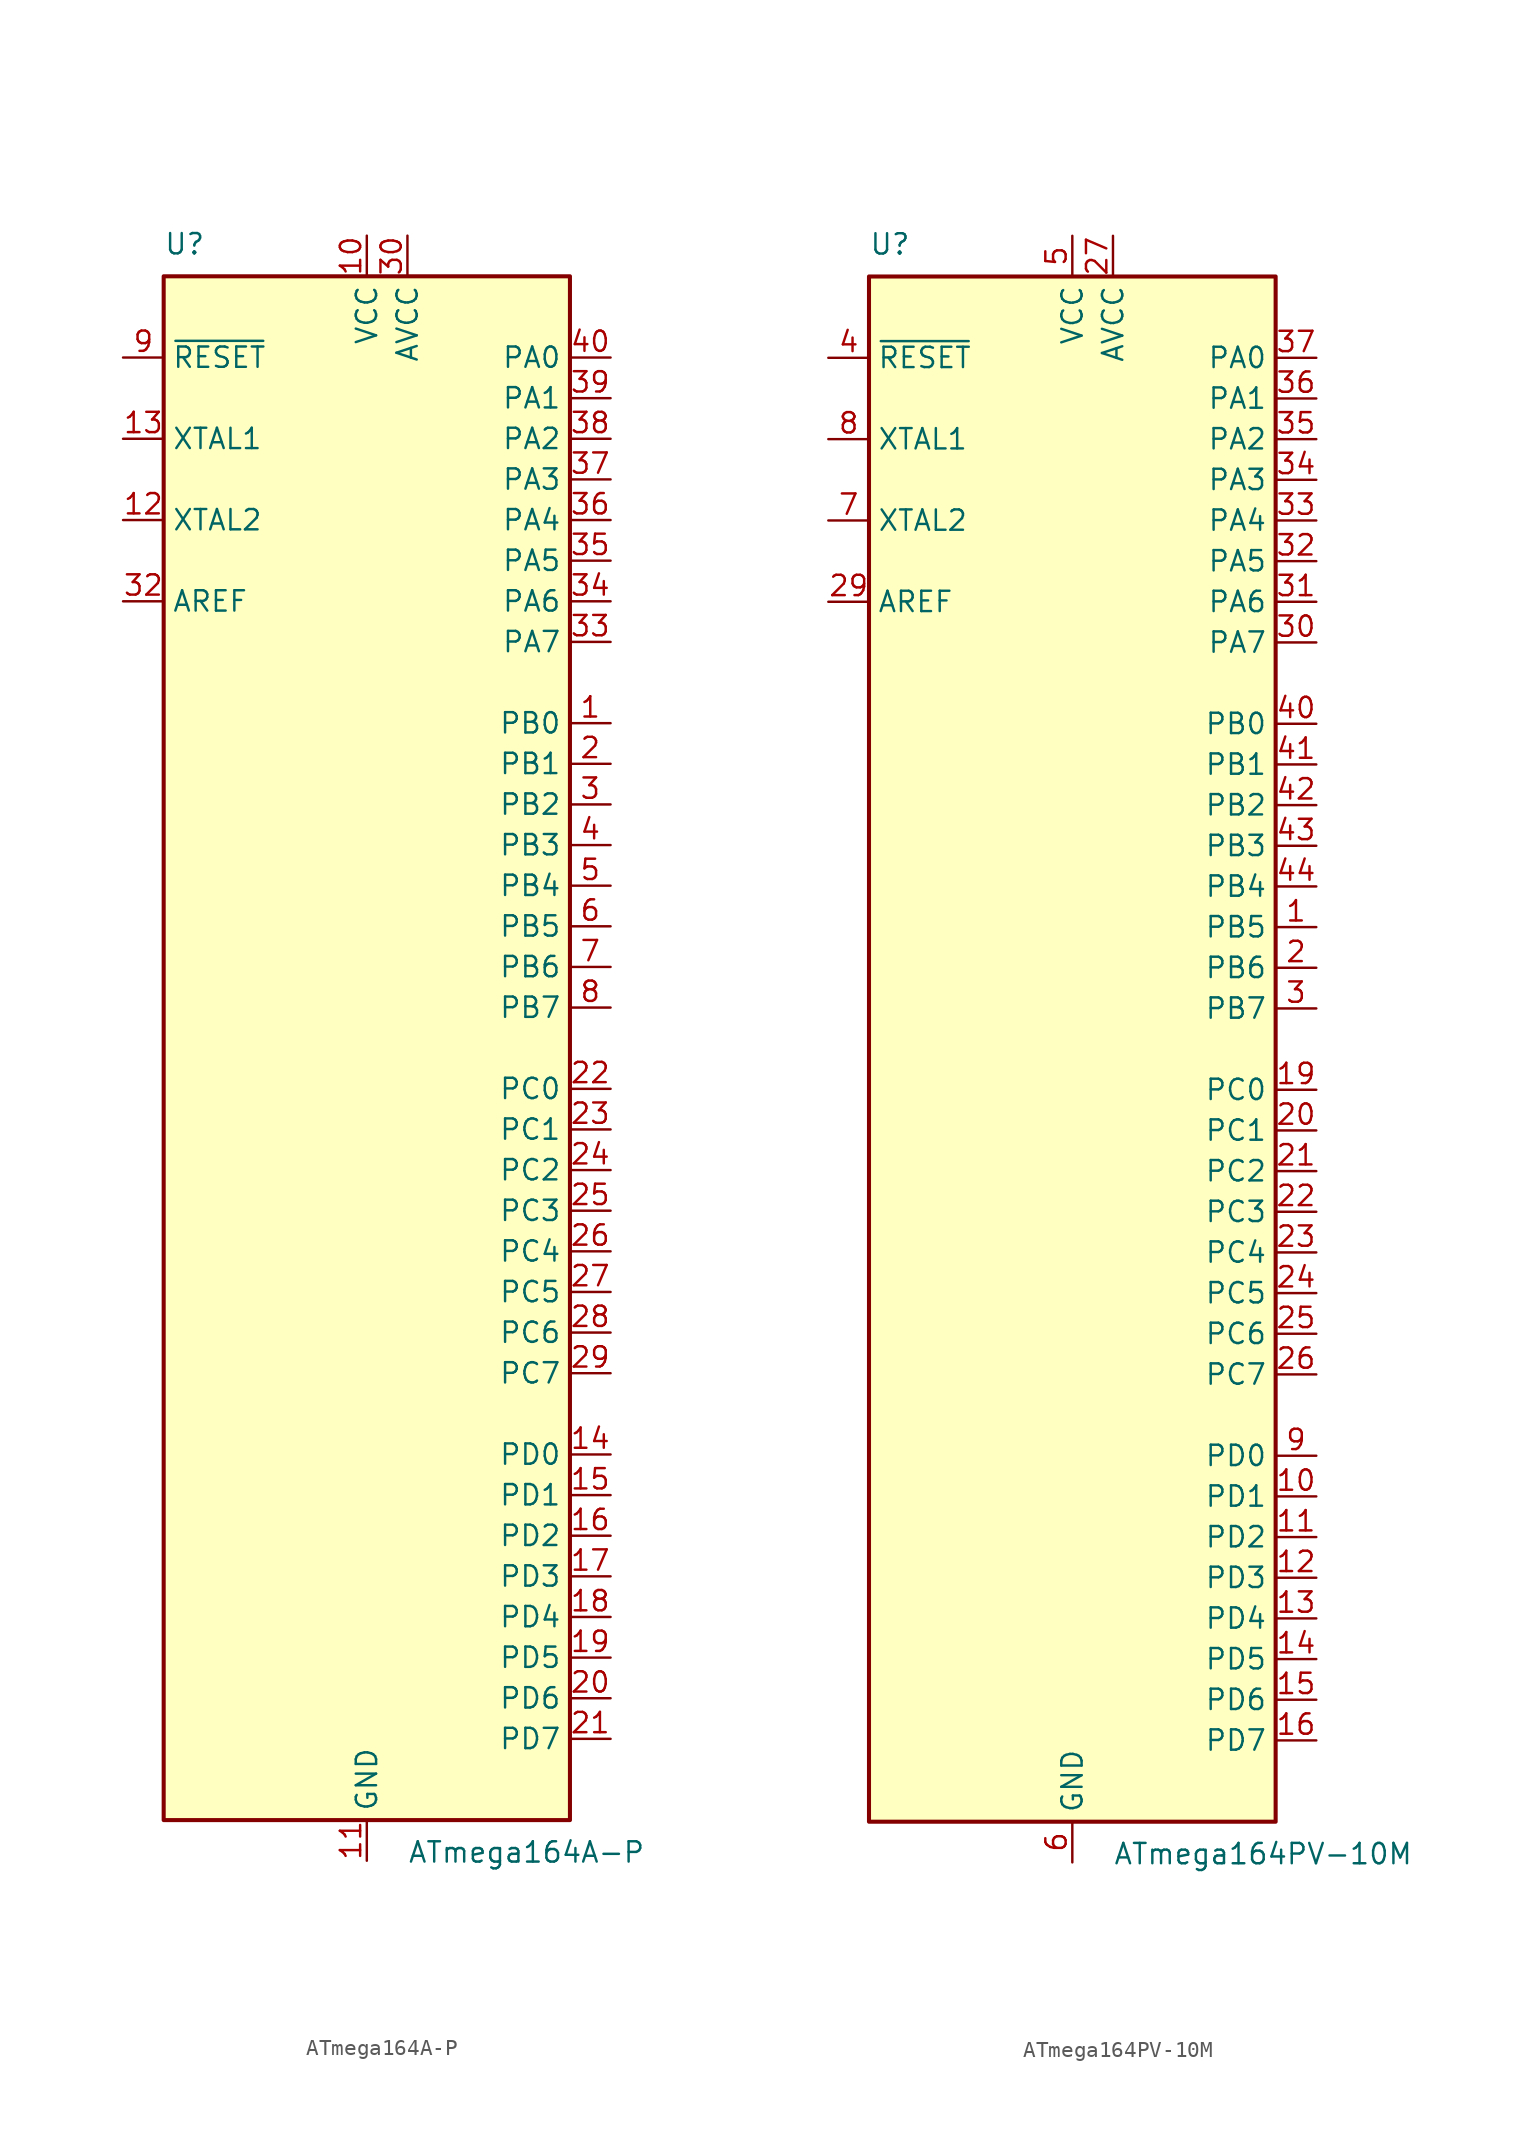
<source format=kicad_sym>
(kicad_symbol_lib
  (version 20201005)
  (generator kicad_symbol_editor)
  (symbol "ATmega164A-P"
    (property "Reference" "U"
      (at -12.7 49.53 0)
      (effects (font (size 1.27 1.27)) (justify left bottom)))
    (property "Value" "ATmega164A-P"
      (at 2.54 -49.53 0)
      (effects (font (size 1.27 1.27)) (justify left top)))
    (symbol "ATmega164A-P_0_1"
      (rectangle (start -12.7 -48.26) (end 12.7 48.26) (stroke (width 0.254)) (fill (type background))))
    (symbol "ATmega164A-P_1_1"
      (pin bidirectional line (at 15.24 20.32 180) (length 2.54) (name "PB0" (effects (font (size 1.27 1.27)))) (number "1" (effects (font (size 1.27 1.27)))))
      (pin power_in line (at 0 50.8 270) (length 2.54) (name "VCC" (effects (font (size 1.27 1.27)))) (number "10" (effects (font (size 1.27 1.27)))))
      (pin power_in line (at 0 -50.8 90) (length 2.54) (name "GND" (effects (font (size 1.27 1.27)))) (number "11" (effects (font (size 1.27 1.27)))))
      (pin output line (at -15.24 33.02 0) (length 2.54) (name "XTAL2" (effects (font (size 1.27 1.27)))) (number "12" (effects (font (size 1.27 1.27)))))
      (pin input line (at -15.24 38.1 0) (length 2.54) (name "XTAL1" (effects (font (size 1.27 1.27)))) (number "13" (effects (font (size 1.27 1.27)))))
      (pin bidirectional line (at 15.24 -25.4 180) (length 2.54) (name "PD0" (effects (font (size 1.27 1.27)))) (number "14" (effects (font (size 1.27 1.27)))))
      (pin bidirectional line (at 15.24 -27.94 180) (length 2.54) (name "PD1" (effects (font (size 1.27 1.27)))) (number "15" (effects (font (size 1.27 1.27)))))
      (pin bidirectional line (at 15.24 -30.48 180) (length 2.54) (name "PD2" (effects (font (size 1.27 1.27)))) (number "16" (effects (font (size 1.27 1.27)))))
      (pin bidirectional line (at 15.24 -33.02 180) (length 2.54) (name "PD3" (effects (font (size 1.27 1.27)))) (number "17" (effects (font (size 1.27 1.27)))))
      (pin bidirectional line (at 15.24 -35.56 180) (length 2.54) (name "PD4" (effects (font (size 1.27 1.27)))) (number "18" (effects (font (size 1.27 1.27)))))
      (pin bidirectional line (at 15.24 -38.1 180) (length 2.54) (name "PD5" (effects (font (size 1.27 1.27)))) (number "19" (effects (font (size 1.27 1.27)))))
      (pin bidirectional line (at 15.24 17.78 180) (length 2.54) (name "PB1" (effects (font (size 1.27 1.27)))) (number "2" (effects (font (size 1.27 1.27)))))
      (pin bidirectional line (at 15.24 -40.64 180) (length 2.54) (name "PD6" (effects (font (size 1.27 1.27)))) (number "20" (effects (font (size 1.27 1.27)))))
      (pin bidirectional line (at 15.24 -43.18 180) (length 2.54) (name "PD7" (effects (font (size 1.27 1.27)))) (number "21" (effects (font (size 1.27 1.27)))))
      (pin bidirectional line (at 15.24 -2.54 180) (length 2.54) (name "PC0" (effects (font (size 1.27 1.27)))) (number "22" (effects (font (size 1.27 1.27)))))
      (pin bidirectional line (at 15.24 -5.08 180) (length 2.54) (name "PC1" (effects (font (size 1.27 1.27)))) (number "23" (effects (font (size 1.27 1.27)))))
      (pin bidirectional line (at 15.24 -7.62 180) (length 2.54) (name "PC2" (effects (font (size 1.27 1.27)))) (number "24" (effects (font (size 1.27 1.27)))))
      (pin bidirectional line (at 15.24 -10.16 180) (length 2.54) (name "PC3" (effects (font (size 1.27 1.27)))) (number "25" (effects (font (size 1.27 1.27)))))
      (pin bidirectional line (at 15.24 -12.7 180) (length 2.54) (name "PC4" (effects (font (size 1.27 1.27)))) (number "26" (effects (font (size 1.27 1.27)))))
      (pin bidirectional line (at 15.24 -15.24 180) (length 2.54) (name "PC5" (effects (font (size 1.27 1.27)))) (number "27" (effects (font (size 1.27 1.27)))))
      (pin bidirectional line (at 15.24 -17.78 180) (length 2.54) (name "PC6" (effects (font (size 1.27 1.27)))) (number "28" (effects (font (size 1.27 1.27)))))
      (pin bidirectional line (at 15.24 -20.32 180) (length 2.54) (name "PC7" (effects (font (size 1.27 1.27)))) (number "29" (effects (font (size 1.27 1.27)))))
      (pin bidirectional line (at 15.24 15.24 180) (length 2.54) (name "PB2" (effects (font (size 1.27 1.27)))) (number "3" (effects (font (size 1.27 1.27)))))
      (pin power_in line (at 2.54 50.8 270) (length 2.54) (name "AVCC" (effects (font (size 1.27 1.27)))) (number "30" (effects (font (size 1.27 1.27)))))
      (pin passive line (at 0 -50.8 90) (length 2.54) hide (name "GND" (effects (font (size 1.27 1.27)))) (number "31" (effects (font (size 1.27 1.27)))))
      (pin passive line (at -15.24 27.94 0) (length 2.54) (name "AREF" (effects (font (size 1.27 1.27)))) (number "32" (effects (font (size 1.27 1.27)))))
      (pin bidirectional line (at 15.24 25.4 180) (length 2.54) (name "PA7" (effects (font (size 1.27 1.27)))) (number "33" (effects (font (size 1.27 1.27)))))
      (pin bidirectional line (at 15.24 27.94 180) (length 2.54) (name "PA6" (effects (font (size 1.27 1.27)))) (number "34" (effects (font (size 1.27 1.27)))))
      (pin bidirectional line (at 15.24 30.48 180) (length 2.54) (name "PA5" (effects (font (size 1.27 1.27)))) (number "35" (effects (font (size 1.27 1.27)))))
      (pin bidirectional line (at 15.24 33.02 180) (length 2.54) (name "PA4" (effects (font (size 1.27 1.27)))) (number "36" (effects (font (size 1.27 1.27)))))
      (pin bidirectional line (at 15.24 35.56 180) (length 2.54) (name "PA3" (effects (font (size 1.27 1.27)))) (number "37" (effects (font (size 1.27 1.27)))))
      (pin bidirectional line (at 15.24 38.1 180) (length 2.54) (name "PA2" (effects (font (size 1.27 1.27)))) (number "38" (effects (font (size 1.27 1.27)))))
      (pin bidirectional line (at 15.24 40.64 180) (length 2.54) (name "PA1" (effects (font (size 1.27 1.27)))) (number "39" (effects (font (size 1.27 1.27)))))
      (pin bidirectional line (at 15.24 12.7 180) (length 2.54) (name "PB3" (effects (font (size 1.27 1.27)))) (number "4" (effects (font (size 1.27 1.27)))))
      (pin bidirectional line (at 15.24 43.18 180) (length 2.54) (name "PA0" (effects (font (size 1.27 1.27)))) (number "40" (effects (font (size 1.27 1.27)))))
      (pin bidirectional line (at 15.24 10.16 180) (length 2.54) (name "PB4" (effects (font (size 1.27 1.27)))) (number "5" (effects (font (size 1.27 1.27)))))
      (pin bidirectional line (at 15.24 7.62 180) (length 2.54) (name "PB5" (effects (font (size 1.27 1.27)))) (number "6" (effects (font (size 1.27 1.27)))))
      (pin bidirectional line (at 15.24 5.08 180) (length 2.54) (name "PB6" (effects (font (size 1.27 1.27)))) (number "7" (effects (font (size 1.27 1.27)))))
      (pin bidirectional line (at 15.24 2.54 180) (length 2.54) (name "PB7" (effects (font (size 1.27 1.27)))) (number "8" (effects (font (size 1.27 1.27)))))
      (pin input line (at -15.24 43.18 0) (length 2.54) (name "~RESET" (effects (font (size 1.27 1.27)))) (number "9" (effects (font (size 1.27 1.27)))))))
  (symbol "ATmega164PV-10M"
    (property "Reference" "U"
      (at -12.7 49.53 0)
      (effects (font (size 1.27 1.27)) (justify left bottom)))
    (property "Value" "ATmega164PV-10M"
      (at 2.54 -49.53 0)
      (effects (font (size 1.27 1.27)) (justify left top)))
    (symbol "ATmega164PV-10M_0_1"
      (rectangle (start -12.7 -48.26) (end 12.7 48.26) (stroke (width 0.254)) (fill (type background))))
    (symbol "ATmega164PV-10M_1_1"
      (pin bidirectional line (at 15.24 7.62 180) (length 2.54) (name "PB5" (effects (font (size 1.27 1.27)))) (number "1" (effects (font (size 1.27 1.27)))))
      (pin bidirectional line (at 15.24 -27.94 180) (length 2.54) (name "PD1" (effects (font (size 1.27 1.27)))) (number "10" (effects (font (size 1.27 1.27)))))
      (pin bidirectional line (at 15.24 -30.48 180) (length 2.54) (name "PD2" (effects (font (size 1.27 1.27)))) (number "11" (effects (font (size 1.27 1.27)))))
      (pin bidirectional line (at 15.24 -33.02 180) (length 2.54) (name "PD3" (effects (font (size 1.27 1.27)))) (number "12" (effects (font (size 1.27 1.27)))))
      (pin bidirectional line (at 15.24 -35.56 180) (length 2.54) (name "PD4" (effects (font (size 1.27 1.27)))) (number "13" (effects (font (size 1.27 1.27)))))
      (pin bidirectional line (at 15.24 -38.1 180) (length 2.54) (name "PD5" (effects (font (size 1.27 1.27)))) (number "14" (effects (font (size 1.27 1.27)))))
      (pin bidirectional line (at 15.24 -40.64 180) (length 2.54) (name "PD6" (effects (font (size 1.27 1.27)))) (number "15" (effects (font (size 1.27 1.27)))))
      (pin bidirectional line (at 15.24 -43.18 180) (length 2.54) (name "PD7" (effects (font (size 1.27 1.27)))) (number "16" (effects (font (size 1.27 1.27)))))
      (pin passive line (at 0 50.8 270) (length 2.54) hide (name "VCC" (effects (font (size 1.27 1.27)))) (number "17" (effects (font (size 1.27 1.27)))))
      (pin passive line (at 0 -50.8 90) (length 2.54) hide (name "GND" (effects (font (size 1.27 1.27)))) (number "18" (effects (font (size 1.27 1.27)))))
      (pin bidirectional line (at 15.24 -2.54 180) (length 2.54) (name "PC0" (effects (font (size 1.27 1.27)))) (number "19" (effects (font (size 1.27 1.27)))))
      (pin bidirectional line (at 15.24 5.08 180) (length 2.54) (name "PB6" (effects (font (size 1.27 1.27)))) (number "2" (effects (font (size 1.27 1.27)))))
      (pin bidirectional line (at 15.24 -5.08 180) (length 2.54) (name "PC1" (effects (font (size 1.27 1.27)))) (number "20" (effects (font (size 1.27 1.27)))))
      (pin bidirectional line (at 15.24 -7.62 180) (length 2.54) (name "PC2" (effects (font (size 1.27 1.27)))) (number "21" (effects (font (size 1.27 1.27)))))
      (pin bidirectional line (at 15.24 -10.16 180) (length 2.54) (name "PC3" (effects (font (size 1.27 1.27)))) (number "22" (effects (font (size 1.27 1.27)))))
      (pin bidirectional line (at 15.24 -12.7 180) (length 2.54) (name "PC4" (effects (font (size 1.27 1.27)))) (number "23" (effects (font (size 1.27 1.27)))))
      (pin bidirectional line (at 15.24 -15.24 180) (length 2.54) (name "PC5" (effects (font (size 1.27 1.27)))) (number "24" (effects (font (size 1.27 1.27)))))
      (pin bidirectional line (at 15.24 -17.78 180) (length 2.54) (name "PC6" (effects (font (size 1.27 1.27)))) (number "25" (effects (font (size 1.27 1.27)))))
      (pin bidirectional line (at 15.24 -20.32 180) (length 2.54) (name "PC7" (effects (font (size 1.27 1.27)))) (number "26" (effects (font (size 1.27 1.27)))))
      (pin power_in line (at 2.54 50.8 270) (length 2.54) (name "AVCC" (effects (font (size 1.27 1.27)))) (number "27" (effects (font (size 1.27 1.27)))))
      (pin passive line (at 0 -50.8 90) (length 2.54) hide (name "GND" (effects (font (size 1.27 1.27)))) (number "28" (effects (font (size 1.27 1.27)))))
      (pin passive line (at -15.24 27.94 0) (length 2.54) (name "AREF" (effects (font (size 1.27 1.27)))) (number "29" (effects (font (size 1.27 1.27)))))
      (pin bidirectional line (at 15.24 2.54 180) (length 2.54) (name "PB7" (effects (font (size 1.27 1.27)))) (number "3" (effects (font (size 1.27 1.27)))))
      (pin bidirectional line (at 15.24 25.4 180) (length 2.54) (name "PA7" (effects (font (size 1.27 1.27)))) (number "30" (effects (font (size 1.27 1.27)))))
      (pin bidirectional line (at 15.24 27.94 180) (length 2.54) (name "PA6" (effects (font (size 1.27 1.27)))) (number "31" (effects (font (size 1.27 1.27)))))
      (pin bidirectional line (at 15.24 30.48 180) (length 2.54) (name "PA5" (effects (font (size 1.27 1.27)))) (number "32" (effects (font (size 1.27 1.27)))))
      (pin bidirectional line (at 15.24 33.02 180) (length 2.54) (name "PA4" (effects (font (size 1.27 1.27)))) (number "33" (effects (font (size 1.27 1.27)))))
      (pin bidirectional line (at 15.24 35.56 180) (length 2.54) (name "PA3" (effects (font (size 1.27 1.27)))) (number "34" (effects (font (size 1.27 1.27)))))
      (pin bidirectional line (at 15.24 38.1 180) (length 2.54) (name "PA2" (effects (font (size 1.27 1.27)))) (number "35" (effects (font (size 1.27 1.27)))))
      (pin bidirectional line (at 15.24 40.64 180) (length 2.54) (name "PA1" (effects (font (size 1.27 1.27)))) (number "36" (effects (font (size 1.27 1.27)))))
      (pin bidirectional line (at 15.24 43.18 180) (length 2.54) (name "PA0" (effects (font (size 1.27 1.27)))) (number "37" (effects (font (size 1.27 1.27)))))
      (pin passive line (at 0 50.8 270) (length 2.54) hide (name "VCC" (effects (font (size 1.27 1.27)))) (number "38" (effects (font (size 1.27 1.27)))))
      (pin passive line (at 0 -50.8 90) (length 2.54) hide (name "GND" (effects (font (size 1.27 1.27)))) (number "39" (effects (font (size 1.27 1.27)))))
      (pin input line (at -15.24 43.18 0) (length 2.54) (name "~RESET" (effects (font (size 1.27 1.27)))) (number "4" (effects (font (size 1.27 1.27)))))
      (pin bidirectional line (at 15.24 20.32 180) (length 2.54) (name "PB0" (effects (font (size 1.27 1.27)))) (number "40" (effects (font (size 1.27 1.27)))))
      (pin bidirectional line (at 15.24 17.78 180) (length 2.54) (name "PB1" (effects (font (size 1.27 1.27)))) (number "41" (effects (font (size 1.27 1.27)))))
      (pin bidirectional line (at 15.24 15.24 180) (length 2.54) (name "PB2" (effects (font (size 1.27 1.27)))) (number "42" (effects (font (size 1.27 1.27)))))
      (pin bidirectional line (at 15.24 12.7 180) (length 2.54) (name "PB3" (effects (font (size 1.27 1.27)))) (number "43" (effects (font (size 1.27 1.27)))))
      (pin bidirectional line (at 15.24 10.16 180) (length 2.54) (name "PB4" (effects (font (size 1.27 1.27)))) (number "44" (effects (font (size 1.27 1.27)))))
      (pin passive line (at 0 -50.8 90) (length 2.54) hide (name "GND" (effects (font (size 1.27 1.27)))) (number "45" (effects (font (size 1.27 1.27)))))
      (pin power_in line (at 0 50.8 270) (length 2.54) (name "VCC" (effects (font (size 1.27 1.27)))) (number "5" (effects (font (size 1.27 1.27)))))
      (pin power_in line (at 0 -50.8 90) (length 2.54) (name "GND" (effects (font (size 1.27 1.27)))) (number "6" (effects (font (size 1.27 1.27)))))
      (pin output line (at -15.24 33.02 0) (length 2.54) (name "XTAL2" (effects (font (size 1.27 1.27)))) (number "7" (effects (font (size 1.27 1.27)))))
      (pin input line (at -15.24 38.1 0) (length 2.54) (name "XTAL1" (effects (font (size 1.27 1.27)))) (number "8" (effects (font (size 1.27 1.27)))))
      (pin bidirectional line (at 15.24 -25.4 180) (length 2.54) (name "PD0" (effects (font (size 1.27 1.27)))) (number "9" (effects (font (size 1.27 1.27))))))))
</source>
